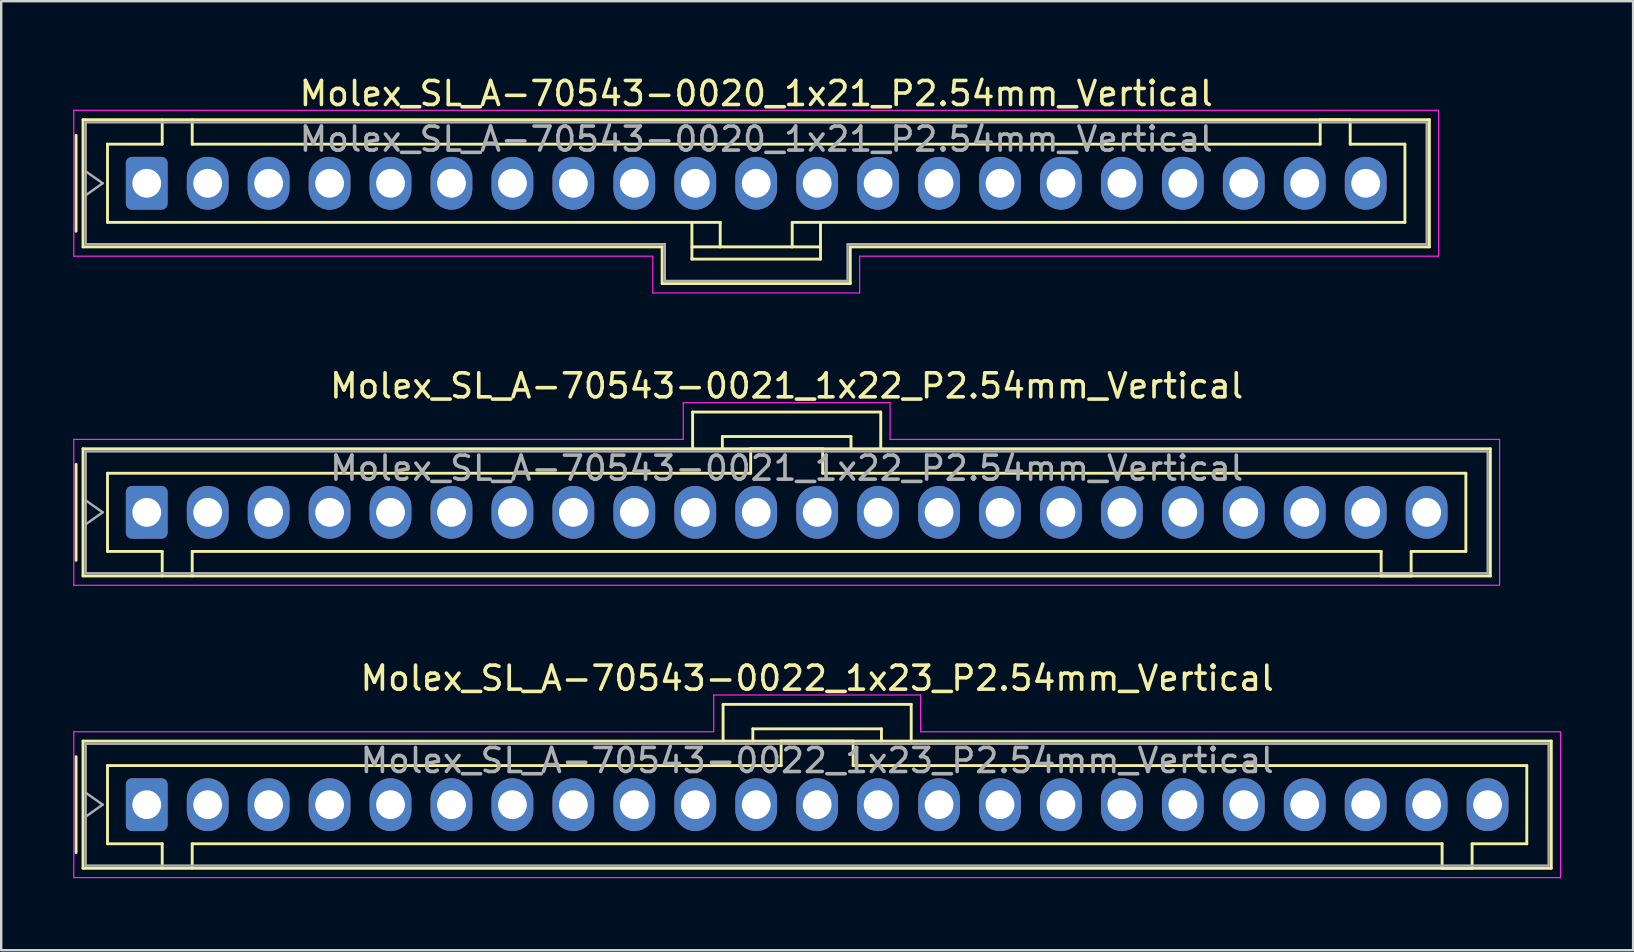
<source format=kicad_pcb>
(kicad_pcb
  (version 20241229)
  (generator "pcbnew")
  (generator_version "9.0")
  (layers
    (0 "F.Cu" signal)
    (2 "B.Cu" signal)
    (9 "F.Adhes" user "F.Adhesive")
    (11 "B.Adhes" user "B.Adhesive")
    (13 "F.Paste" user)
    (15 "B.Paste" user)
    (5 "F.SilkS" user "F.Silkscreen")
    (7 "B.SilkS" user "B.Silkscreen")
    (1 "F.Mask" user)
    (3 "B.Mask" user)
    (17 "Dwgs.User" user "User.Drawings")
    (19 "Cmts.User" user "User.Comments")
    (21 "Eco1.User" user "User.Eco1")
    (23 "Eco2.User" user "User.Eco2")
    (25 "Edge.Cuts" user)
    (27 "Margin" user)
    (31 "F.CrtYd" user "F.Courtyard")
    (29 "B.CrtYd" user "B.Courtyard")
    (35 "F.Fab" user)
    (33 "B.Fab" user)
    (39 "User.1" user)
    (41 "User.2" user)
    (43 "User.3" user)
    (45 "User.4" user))
  (footprint "Molex_SL_A-70543-0021_1x22_P2.54mm_Vertical"
    (layer "F.Cu")
    (at 3.065 18.302)
    (property "Reference" "Molex_SL_A-70543-0021_1x22_P2.54mm_Vertical" (at 26.67 -5.27 0) (layer "F.SilkS") (effects (font (size 1 1) (thickness 0.15))))
    (attr through_hole)
    (fp_line (start -2.945 -2) (end -2.945 2) (stroke (width 0.12) (type solid)) (layer "F.SilkS"))
    (fp_line (start -2.655 -2.65) (end -2.655 2.65) (stroke (width 0.12) (type solid)) (layer "F.SilkS"))
    (fp_line (start -2.655 2.65) (end 55.995 2.65) (stroke (width 0.12) (type solid)) (layer "F.SilkS"))
    (fp_line (start -1.635 -1.63) (end 25.17 -1.63) (stroke (width 0.12) (type solid)) (layer "F.SilkS"))
    (fp_line (start -1.635 1.63) (end -1.635 -1.63) (stroke (width 0.12) (type solid)) (layer "F.SilkS"))
    (fp_line (start 0.645 1.63) (end -1.635 1.63) (stroke (width 0.12) (type solid)) (layer "F.SilkS"))
    (fp_line (start 0.645 2.65) (end 0.645 1.63) (stroke (width 0.12) (type solid)) (layer "F.SilkS"))
    (fp_line (start 1.895 1.63) (end 1.895 2.65) (stroke (width 0.12) (type solid)) (layer "F.SilkS"))
    (fp_line (start 22.75 -4.18) (end 30.59 -4.18) (stroke (width 0.12) (type solid)) (layer "F.SilkS"))
    (fp_line (start 22.75 -2.65) (end 22.75 -4.18) (stroke (width 0.12) (type solid)) (layer "F.SilkS"))
    (fp_line (start 23.99 -3.16) (end 29.35 -3.16) (stroke (width 0.12) (type solid)) (layer "F.SilkS"))
    (fp_line (start 23.99 -2.65) (end 23.99 -3.16) (stroke (width 0.12) (type solid)) (layer "F.SilkS"))
    (fp_line (start 25.17 -2.65) (end 28.17 -2.65) (stroke (width 0.12) (type solid)) (layer "F.SilkS"))
    (fp_line (start 25.17 -1.63) (end 25.17 -2.65) (stroke (width 0.12) (type solid)) (layer "F.SilkS"))
    (fp_line (start 28.17 -2.65) (end 28.17 -1.63) (stroke (width 0.12) (type solid)) (layer "F.SilkS"))
    (fp_line (start 28.17 -1.63) (end 54.975 -1.63) (stroke (width 0.12) (type solid)) (layer "F.SilkS"))
    (fp_line (start 29.35 -3.16) (end 29.35 -2.65) (stroke (width 0.12) (type solid)) (layer "F.SilkS"))
    (fp_line (start 30.59 -4.18) (end 30.59 -2.65) (stroke (width 0.12) (type solid)) (layer "F.SilkS"))
    (fp_line (start 51.445 1.63) (end 1.895 1.63) (stroke (width 0.12) (type solid)) (layer "F.SilkS"))
    (fp_line (start 51.445 2.65) (end 51.445 1.63) (stroke (width 0.12) (type solid)) (layer "F.SilkS"))
    (fp_line (start 52.695 1.63) (end 52.695 2.65) (stroke (width 0.12) (type solid)) (layer "F.SilkS"))
    (fp_line (start 52.695 2.65) (end 51.445 2.65) (stroke (width 0.12) (type solid)) (layer "F.SilkS"))
    (fp_line (start 54.975 -1.63) (end 54.975 1.63) (stroke (width 0.12) (type solid)) (layer "F.SilkS"))
    (fp_line (start 54.975 1.63) (end 52.695 1.63) (stroke (width 0.12) (type solid)) (layer "F.SilkS"))
    (fp_line (start 55.995 -2.65) (end -2.655 -2.65) (stroke (width 0.12) (type solid)) (layer "F.SilkS"))
    (fp_line (start 55.995 2.65) (end 55.995 -2.65) (stroke (width 0.12) (type solid)) (layer "F.SilkS"))
    (fp_line (start -3.04 -3.04) (end 22.36 -3.04) (stroke (width 0.05) (type solid)) (layer "F.CrtYd"))
    (fp_line (start -3.04 3.04) (end -3.04 -3.04) (stroke (width 0.05) (type solid)) (layer "F.CrtYd"))
    (fp_line (start 22.36 -4.57) (end 30.98 -4.57) (stroke (width 0.05) (type solid)) (layer "F.CrtYd"))
    (fp_line (start 22.36 -3.04) (end 22.36 -4.57) (stroke (width 0.05) (type solid)) (layer "F.CrtYd"))
    (fp_line (start 30.98 -4.57) (end 30.98 -3.04) (stroke (width 0.05) (type solid)) (layer "F.CrtYd"))
    (fp_line (start 30.98 -3.04) (end 56.38 -3.04) (stroke (width 0.05) (type solid)) (layer "F.CrtYd"))
    (fp_line (start 56.38 -3.04) (end 56.38 3.04) (stroke (width 0.05) (type solid)) (layer "F.CrtYd"))
    (fp_line (start 56.38 3.04) (end -3.04 3.04) (stroke (width 0.05) (type solid)) (layer "F.CrtYd"))
    (fp_line (start -2.545 -2.54) (end -2.545 2.54) (stroke (width 0.1) (type solid)) (layer "F.Fab"))
    (fp_line (start -2.545 -0.5) (end -1.838 0) (stroke (width 0.1) (type solid)) (layer "F.Fab"))
    (fp_line (start -2.545 2.54) (end 55.885 2.54) (stroke (width 0.1) (type solid)) (layer "F.Fab"))
    (fp_line (start -1.838 0) (end -2.545 0.5) (stroke (width 0.1) (type solid)) (layer "F.Fab"))
    (fp_line (start 55.885 -2.54) (end -2.545 -2.54) (stroke (width 0.1) (type solid)) (layer "F.Fab"))
    (fp_line (start 55.885 2.54) (end 55.885 -2.54) (stroke (width 0.1) (type solid)) (layer "F.Fab"))
    (fp_text user "${REFERENCE}" (at 26.67 -1.84 0) (layer "F.Fab") (effects (font (size 1 1) (thickness 0.15))))
    (pad "1" thru_hole roundrect (at 0 0) (size 1.74 2.2) (drill 1.2) (layers "*.Cu" "*.Mask") (roundrect_rratio 0.144))
    (pad "2" thru_hole oval (at 2.54 0) (size 1.74 2.2) (drill 1.2) (layers "*.Cu" "*.Mask"))
    (pad "3" thru_hole oval (at 5.08 0) (size 1.74 2.2) (drill 1.2) (layers "*.Cu" "*.Mask"))
    (pad "4" thru_hole oval (at 7.62 0) (size 1.74 2.2) (drill 1.2) (layers "*.Cu" "*.Mask"))
    (pad "5" thru_hole oval (at 10.16 0) (size 1.74 2.2) (drill 1.2) (layers "*.Cu" "*.Mask"))
    (pad "6" thru_hole oval (at 12.7 0) (size 1.74 2.2) (drill 1.2) (layers "*.Cu" "*.Mask"))
    (pad "7" thru_hole oval (at 15.24 0) (size 1.74 2.2) (drill 1.2) (layers "*.Cu" "*.Mask"))
    (pad "8" thru_hole oval (at 17.78 0) (size 1.74 2.2) (drill 1.2) (layers "*.Cu" "*.Mask"))
    (pad "9" thru_hole oval (at 20.32 0) (size 1.74 2.2) (drill 1.2) (layers "*.Cu" "*.Mask"))
    (pad "10" thru_hole oval (at 22.86 0) (size 1.74 2.2) (drill 1.2) (layers "*.Cu" "*.Mask"))
    (pad "11" thru_hole oval (at 25.4 0) (size 1.74 2.2) (drill 1.2) (layers "*.Cu" "*.Mask"))
    (pad "12" thru_hole oval (at 27.94 0) (size 1.74 2.2) (drill 1.2) (layers "*.Cu" "*.Mask"))
    (pad "13" thru_hole oval (at 30.48 0) (size 1.74 2.2) (drill 1.2) (layers "*.Cu" "*.Mask"))
    (pad "14" thru_hole oval (at 33.02 0) (size 1.74 2.2) (drill 1.2) (layers "*.Cu" "*.Mask"))
    (pad "15" thru_hole oval (at 35.56 0) (size 1.74 2.2) (drill 1.2) (layers "*.Cu" "*.Mask"))
    (pad "16" thru_hole oval (at 38.1 0) (size 1.74 2.2) (drill 1.2) (layers "*.Cu" "*.Mask"))
    (pad "17" thru_hole oval (at 40.64 0) (size 1.74 2.2) (drill 1.2) (layers "*.Cu" "*.Mask"))
    (pad "18" thru_hole oval (at 43.18 0) (size 1.74 2.2) (drill 1.2) (layers "*.Cu" "*.Mask"))
    (pad "19" thru_hole oval (at 45.72 0) (size 1.74 2.2) (drill 1.2) (layers "*.Cu" "*.Mask"))
    (pad "20" thru_hole oval (at 48.26 0) (size 1.74 2.2) (drill 1.2) (layers "*.Cu" "*.Mask"))
    (pad "21" thru_hole oval (at 50.8 0) (size 1.74 2.2) (drill 1.2) (layers "*.Cu" "*.Mask"))
    (pad "22" thru_hole oval (at 53.34 0) (size 1.74 2.2) (drill 1.2) (layers "*.Cu" "*.Mask")))
  (footprint "Molex_SL_A-70543-0022_1x23_P2.54mm_Vertical"
    (layer "F.Cu")
    (at 3.065 30.485)
    (property "Reference" "Molex_SL_A-70543-0022_1x23_P2.54mm_Vertical" (at 27.94 -5.27 0) (layer "F.SilkS") (effects (font (size 1 1) (thickness 0.15))))
    (attr through_hole)
    (fp_line (start -2.945 -2) (end -2.945 2) (stroke (width 0.12) (type solid)) (layer "F.SilkS"))
    (fp_line (start -2.655 -2.65) (end -2.655 2.65) (stroke (width 0.12) (type solid)) (layer "F.SilkS"))
    (fp_line (start -2.655 2.65) (end 58.535 2.65) (stroke (width 0.12) (type solid)) (layer "F.SilkS"))
    (fp_line (start -1.635 -1.63) (end 26.44 -1.63) (stroke (width 0.12) (type solid)) (layer "F.SilkS"))
    (fp_line (start -1.635 1.63) (end -1.635 -1.63) (stroke (width 0.12) (type solid)) (layer "F.SilkS"))
    (fp_line (start 0.645 1.63) (end -1.635 1.63) (stroke (width 0.12) (type solid)) (layer "F.SilkS"))
    (fp_line (start 0.645 2.65) (end 0.645 1.63) (stroke (width 0.12) (type solid)) (layer "F.SilkS"))
    (fp_line (start 1.895 1.63) (end 1.895 2.65) (stroke (width 0.12) (type solid)) (layer "F.SilkS"))
    (fp_line (start 24.02 -4.18) (end 31.86 -4.18) (stroke (width 0.12) (type solid)) (layer "F.SilkS"))
    (fp_line (start 24.02 -2.65) (end 24.02 -4.18) (stroke (width 0.12) (type solid)) (layer "F.SilkS"))
    (fp_line (start 25.26 -3.16) (end 30.62 -3.16) (stroke (width 0.12) (type solid)) (layer "F.SilkS"))
    (fp_line (start 25.26 -2.65) (end 25.26 -3.16) (stroke (width 0.12) (type solid)) (layer "F.SilkS"))
    (fp_line (start 26.44 -2.65) (end 29.44 -2.65) (stroke (width 0.12) (type solid)) (layer "F.SilkS"))
    (fp_line (start 26.44 -1.63) (end 26.44 -2.65) (stroke (width 0.12) (type solid)) (layer "F.SilkS"))
    (fp_line (start 29.44 -2.65) (end 29.44 -1.63) (stroke (width 0.12) (type solid)) (layer "F.SilkS"))
    (fp_line (start 29.44 -1.63) (end 57.515 -1.63) (stroke (width 0.12) (type solid)) (layer "F.SilkS"))
    (fp_line (start 30.62 -3.16) (end 30.62 -2.65) (stroke (width 0.12) (type solid)) (layer "F.SilkS"))
    (fp_line (start 31.86 -4.18) (end 31.86 -2.65) (stroke (width 0.12) (type solid)) (layer "F.SilkS"))
    (fp_line (start 53.985 1.63) (end 1.895 1.63) (stroke (width 0.12) (type solid)) (layer "F.SilkS"))
    (fp_line (start 53.985 2.65) (end 53.985 1.63) (stroke (width 0.12) (type solid)) (layer "F.SilkS"))
    (fp_line (start 55.235 1.63) (end 55.235 2.65) (stroke (width 0.12) (type solid)) (layer "F.SilkS"))
    (fp_line (start 55.235 2.65) (end 53.985 2.65) (stroke (width 0.12) (type solid)) (layer "F.SilkS"))
    (fp_line (start 57.515 -1.63) (end 57.515 1.63) (stroke (width 0.12) (type solid)) (layer "F.SilkS"))
    (fp_line (start 57.515 1.63) (end 55.235 1.63) (stroke (width 0.12) (type solid)) (layer "F.SilkS"))
    (fp_line (start 58.535 -2.65) (end -2.655 -2.65) (stroke (width 0.12) (type solid)) (layer "F.SilkS"))
    (fp_line (start 58.535 2.65) (end 58.535 -2.65) (stroke (width 0.12) (type solid)) (layer "F.SilkS"))
    (fp_line (start -3.04 -3.04) (end 23.63 -3.04) (stroke (width 0.05) (type solid)) (layer "F.CrtYd"))
    (fp_line (start -3.04 3.04) (end -3.04 -3.04) (stroke (width 0.05) (type solid)) (layer "F.CrtYd"))
    (fp_line (start 23.63 -4.57) (end 32.25 -4.57) (stroke (width 0.05) (type solid)) (layer "F.CrtYd"))
    (fp_line (start 23.63 -3.04) (end 23.63 -4.57) (stroke (width 0.05) (type solid)) (layer "F.CrtYd"))
    (fp_line (start 32.25 -4.57) (end 32.25 -3.04) (stroke (width 0.05) (type solid)) (layer "F.CrtYd"))
    (fp_line (start 32.25 -3.04) (end 58.92 -3.04) (stroke (width 0.05) (type solid)) (layer "F.CrtYd"))
    (fp_line (start 58.92 -3.04) (end 58.92 3.04) (stroke (width 0.05) (type solid)) (layer "F.CrtYd"))
    (fp_line (start 58.92 3.04) (end -3.04 3.04) (stroke (width 0.05) (type solid)) (layer "F.CrtYd"))
    (fp_line (start -2.545 -2.54) (end -2.545 2.54) (stroke (width 0.1) (type solid)) (layer "F.Fab"))
    (fp_line (start -2.545 -0.5) (end -1.838 0) (stroke (width 0.1) (type solid)) (layer "F.Fab"))
    (fp_line (start -2.545 2.54) (end 58.425 2.54) (stroke (width 0.1) (type solid)) (layer "F.Fab"))
    (fp_line (start -1.838 0) (end -2.545 0.5) (stroke (width 0.1) (type solid)) (layer "F.Fab"))
    (fp_line (start 58.425 -2.54) (end -2.545 -2.54) (stroke (width 0.1) (type solid)) (layer "F.Fab"))
    (fp_line (start 58.425 2.54) (end 58.425 -2.54) (stroke (width 0.1) (type solid)) (layer "F.Fab"))
    (fp_text user "${REFERENCE}" (at 27.94 -1.84 0) (layer "F.Fab") (effects (font (size 1 1) (thickness 0.15))))
    (pad "1" thru_hole roundrect (at 0 0) (size 1.74 2.2) (drill 1.2) (layers "*.Cu" "*.Mask") (roundrect_rratio 0.144))
    (pad "2" thru_hole oval (at 2.54 0) (size 1.74 2.2) (drill 1.2) (layers "*.Cu" "*.Mask"))
    (pad "3" thru_hole oval (at 5.08 0) (size 1.74 2.2) (drill 1.2) (layers "*.Cu" "*.Mask"))
    (pad "4" thru_hole oval (at 7.62 0) (size 1.74 2.2) (drill 1.2) (layers "*.Cu" "*.Mask"))
    (pad "5" thru_hole oval (at 10.16 0) (size 1.74 2.2) (drill 1.2) (layers "*.Cu" "*.Mask"))
    (pad "6" thru_hole oval (at 12.7 0) (size 1.74 2.2) (drill 1.2) (layers "*.Cu" "*.Mask"))
    (pad "7" thru_hole oval (at 15.24 0) (size 1.74 2.2) (drill 1.2) (layers "*.Cu" "*.Mask"))
    (pad "8" thru_hole oval (at 17.78 0) (size 1.74 2.2) (drill 1.2) (layers "*.Cu" "*.Mask"))
    (pad "9" thru_hole oval (at 20.32 0) (size 1.74 2.2) (drill 1.2) (layers "*.Cu" "*.Mask"))
    (pad "10" thru_hole oval (at 22.86 0) (size 1.74 2.2) (drill 1.2) (layers "*.Cu" "*.Mask"))
    (pad "11" thru_hole oval (at 25.4 0) (size 1.74 2.2) (drill 1.2) (layers "*.Cu" "*.Mask"))
    (pad "12" thru_hole oval (at 27.94 0) (size 1.74 2.2) (drill 1.2) (layers "*.Cu" "*.Mask"))
    (pad "13" thru_hole oval (at 30.48 0) (size 1.74 2.2) (drill 1.2) (layers "*.Cu" "*.Mask"))
    (pad "14" thru_hole oval (at 33.02 0) (size 1.74 2.2) (drill 1.2) (layers "*.Cu" "*.Mask"))
    (pad "15" thru_hole oval (at 35.56 0) (size 1.74 2.2) (drill 1.2) (layers "*.Cu" "*.Mask"))
    (pad "16" thru_hole oval (at 38.1 0) (size 1.74 2.2) (drill 1.2) (layers "*.Cu" "*.Mask"))
    (pad "17" thru_hole oval (at 40.64 0) (size 1.74 2.2) (drill 1.2) (layers "*.Cu" "*.Mask"))
    (pad "18" thru_hole oval (at 43.18 0) (size 1.74 2.2) (drill 1.2) (layers "*.Cu" "*.Mask"))
    (pad "19" thru_hole oval (at 45.72 0) (size 1.74 2.2) (drill 1.2) (layers "*.Cu" "*.Mask"))
    (pad "20" thru_hole oval (at 48.26 0) (size 1.74 2.2) (drill 1.2) (layers "*.Cu" "*.Mask"))
    (pad "21" thru_hole oval (at 50.8 0) (size 1.74 2.2) (drill 1.2) (layers "*.Cu" "*.Mask"))
    (pad "22" thru_hole oval (at 53.34 0) (size 1.74 2.2) (drill 1.2) (layers "*.Cu" "*.Mask"))
    (pad "23" thru_hole oval (at 55.88 0) (size 1.74 2.2) (drill 1.2) (layers "*.Cu" "*.Mask")))
  (footprint "Molex_SL_A-70543-0020_1x21_P2.54mm_Vertical"
    (layer "F.Cu")
    (at 3.065 4.588)
    (property "Reference" "Molex_SL_A-70543-0020_1x21_P2.54mm_Vertical" (at 25.4 -3.74 0) (layer "F.SilkS") (effects (font (size 1 1) (thickness 0.15))))
    (attr through_hole)
    (fp_line (start -2.945 -2) (end -2.945 2) (stroke (width 0.12) (type solid)) (layer "F.SilkS"))
    (fp_line (start -2.655 -2.65) (end 53.455 -2.65) (stroke (width 0.12) (type solid)) (layer "F.SilkS"))
    (fp_line (start -2.655 2.65) (end -2.655 -2.65) (stroke (width 0.12) (type solid)) (layer "F.SilkS"))
    (fp_line (start -2.655 2.65) (end 21.48 2.65) (stroke (width 0.12) (type solid)) (layer "F.SilkS"))
    (fp_line (start -1.635 -1.63) (end -1.635 1.63) (stroke (width 0.12) (type solid)) (layer "F.SilkS"))
    (fp_line (start -1.635 1.63) (end 23.9 1.63) (stroke (width 0.12) (type solid)) (layer "F.SilkS"))
    (fp_line (start 0.645 -2.65) (end 0.645 -1.63) (stroke (width 0.12) (type solid)) (layer "F.SilkS"))
    (fp_line (start 0.645 -1.63) (end -1.635 -1.63) (stroke (width 0.12) (type solid)) (layer "F.SilkS"))
    (fp_line (start 1.895 -1.63) (end 1.895 -2.65) (stroke (width 0.12) (type solid)) (layer "F.SilkS"))
    (fp_line (start 21.48 2.65) (end 21.48 4.18) (stroke (width 0.12) (type solid)) (layer "F.SilkS"))
    (fp_line (start 21.48 4.18) (end 29.32 4.18) (stroke (width 0.12) (type solid)) (layer "F.SilkS"))
    (fp_line (start 22.72 1.63) (end 22.72 3.16) (stroke (width 0.12) (type solid)) (layer "F.SilkS"))
    (fp_line (start 22.72 2.65) (end 23.9 2.65) (stroke (width 0.12) (type solid)) (layer "F.SilkS"))
    (fp_line (start 22.72 3.16) (end 28.08 3.16) (stroke (width 0.12) (type solid)) (layer "F.SilkS"))
    (fp_line (start 23.9 1.63) (end 23.9 2.65) (stroke (width 0.12) (type solid)) (layer "F.SilkS"))
    (fp_line (start 23.9 2.65) (end 26.9 2.65) (stroke (width 0.12) (type solid)) (layer "F.SilkS"))
    (fp_line (start 26.9 1.63) (end 52.435 1.63) (stroke (width 0.12) (type solid)) (layer "F.SilkS"))
    (fp_line (start 26.9 2.65) (end 26.9 1.63) (stroke (width 0.12) (type solid)) (layer "F.SilkS"))
    (fp_line (start 28.08 2.65) (end 26.9 2.65) (stroke (width 0.12) (type solid)) (layer "F.SilkS"))
    (fp_line (start 28.08 3.16) (end 28.08 1.63) (stroke (width 0.12) (type solid)) (layer "F.SilkS"))
    (fp_line (start 29.32 4.18) (end 29.32 2.65) (stroke (width 0.12) (type solid)) (layer "F.SilkS"))
    (fp_line (start 48.905 -2.65) (end 48.905 -1.63) (stroke (width 0.12) (type solid)) (layer "F.SilkS"))
    (fp_line (start 48.905 -1.63) (end 1.895 -1.63) (stroke (width 0.12) (type solid)) (layer "F.SilkS"))
    (fp_line (start 50.155 -2.65) (end 48.905 -2.65) (stroke (width 0.12) (type solid)) (layer "F.SilkS"))
    (fp_line (start 50.155 -1.63) (end 50.155 -2.65) (stroke (width 0.12) (type solid)) (layer "F.SilkS"))
    (fp_line (start 52.435 -1.63) (end 50.155 -1.63) (stroke (width 0.12) (type solid)) (layer "F.SilkS"))
    (fp_line (start 52.435 1.63) (end 52.435 -1.63) (stroke (width 0.12) (type solid)) (layer "F.SilkS"))
    (fp_line (start 53.455 -2.65) (end 53.455 2.65) (stroke (width 0.12) (type solid)) (layer "F.SilkS"))
    (fp_line (start 53.455 2.65) (end 29.32 2.65) (stroke (width 0.12) (type solid)) (layer "F.SilkS"))
    (fp_line (start -3.04 -3.04) (end -3.04 3.04) (stroke (width 0.05) (type solid)) (layer "F.CrtYd"))
    (fp_line (start -3.04 3.04) (end 21.09 3.04) (stroke (width 0.05) (type solid)) (layer "F.CrtYd"))
    (fp_line (start 21.09 3.04) (end 21.09 4.57) (stroke (width 0.05) (type solid)) (layer "F.CrtYd"))
    (fp_line (start 21.09 4.57) (end 29.71 4.57) (stroke (width 0.05) (type solid)) (layer "F.CrtYd"))
    (fp_line (start 29.71 3.04) (end 53.84 3.04) (stroke (width 0.05) (type solid)) (layer "F.CrtYd"))
    (fp_line (start 29.71 4.57) (end 29.71 3.04) (stroke (width 0.05) (type solid)) (layer "F.CrtYd"))
    (fp_line (start 53.84 -3.04) (end -3.04 -3.04) (stroke (width 0.05) (type solid)) (layer "F.CrtYd"))
    (fp_line (start 53.84 3.04) (end 53.84 -3.04) (stroke (width 0.05) (type solid)) (layer "F.CrtYd"))
    (fp_line (start -2.545 -2.54) (end -2.545 2.54) (stroke (width 0.1) (type solid)) (layer "F.Fab"))
    (fp_line (start -2.545 -0.5) (end -1.838 0) (stroke (width 0.1) (type solid)) (layer "F.Fab"))
    (fp_line (start -2.545 2.54) (end 21.59 2.54) (stroke (width 0.1) (type solid)) (layer "F.Fab"))
    (fp_line (start -1.838 0) (end -2.545 0.5) (stroke (width 0.1) (type solid)) (layer "F.Fab"))
    (fp_line (start 21.59 2.54) (end 21.59 4.07) (stroke (width 0.1) (type solid)) (layer "F.Fab"))
    (fp_line (start 21.59 4.07) (end 29.21 4.07) (stroke (width 0.1) (type solid)) (layer "F.Fab"))
    (fp_line (start 29.21 2.54) (end 53.345 2.54) (stroke (width 0.1) (type solid)) (layer "F.Fab"))
    (fp_line (start 29.21 4.07) (end 29.21 2.54) (stroke (width 0.1) (type solid)) (layer "F.Fab"))
    (fp_line (start 53.345 -2.54) (end -2.545 -2.54) (stroke (width 0.1) (type solid)) (layer "F.Fab"))
    (fp_line (start 53.345 2.54) (end 53.345 -2.54) (stroke (width 0.1) (type solid)) (layer "F.Fab"))
    (fp_text user "${REFERENCE}" (at 25.4 -1.84 0) (layer "F.Fab") (effects (font (size 1 1) (thickness 0.15))))
    (pad "1" thru_hole roundrect (at 0 0) (size 1.74 2.2) (drill 1.2) (layers "*.Cu" "*.Mask") (roundrect_rratio 0.144))
    (pad "2" thru_hole oval (at 2.54 0) (size 1.74 2.2) (drill 1.2) (layers "*.Cu" "*.Mask"))
    (pad "3" thru_hole oval (at 5.08 0) (size 1.74 2.2) (drill 1.2) (layers "*.Cu" "*.Mask"))
    (pad "4" thru_hole oval (at 7.62 0) (size 1.74 2.2) (drill 1.2) (layers "*.Cu" "*.Mask"))
    (pad "5" thru_hole oval (at 10.16 0) (size 1.74 2.2) (drill 1.2) (layers "*.Cu" "*.Mask"))
    (pad "6" thru_hole oval (at 12.7 0) (size 1.74 2.2) (drill 1.2) (layers "*.Cu" "*.Mask"))
    (pad "7" thru_hole oval (at 15.24 0) (size 1.74 2.2) (drill 1.2) (layers "*.Cu" "*.Mask"))
    (pad "8" thru_hole oval (at 17.78 0) (size 1.74 2.2) (drill 1.2) (layers "*.Cu" "*.Mask"))
    (pad "9" thru_hole oval (at 20.32 0) (size 1.74 2.2) (drill 1.2) (layers "*.Cu" "*.Mask"))
    (pad "10" thru_hole oval (at 22.86 0) (size 1.74 2.2) (drill 1.2) (layers "*.Cu" "*.Mask"))
    (pad "11" thru_hole oval (at 25.4 0) (size 1.74 2.2) (drill 1.2) (layers "*.Cu" "*.Mask"))
    (pad "12" thru_hole oval (at 27.94 0) (size 1.74 2.2) (drill 1.2) (layers "*.Cu" "*.Mask"))
    (pad "13" thru_hole oval (at 30.48 0) (size 1.74 2.2) (drill 1.2) (layers "*.Cu" "*.Mask"))
    (pad "14" thru_hole oval (at 33.02 0) (size 1.74 2.2) (drill 1.2) (layers "*.Cu" "*.Mask"))
    (pad "15" thru_hole oval (at 35.56 0) (size 1.74 2.2) (drill 1.2) (layers "*.Cu" "*.Mask"))
    (pad "16" thru_hole oval (at 38.1 0) (size 1.74 2.2) (drill 1.2) (layers "*.Cu" "*.Mask"))
    (pad "17" thru_hole oval (at 40.64 0) (size 1.74 2.2) (drill 1.2) (layers "*.Cu" "*.Mask"))
    (pad "18" thru_hole oval (at 43.18 0) (size 1.74 2.2) (drill 1.2) (layers "*.Cu" "*.Mask"))
    (pad "19" thru_hole oval (at 45.72 0) (size 1.74 2.2) (drill 1.2) (layers "*.Cu" "*.Mask"))
    (pad "20" thru_hole oval (at 48.26 0) (size 1.74 2.2) (drill 1.2) (layers "*.Cu" "*.Mask"))
    (pad "21" thru_hole oval (at 50.8 0) (size 1.74 2.2) (drill 1.2) (layers "*.Cu" "*.Mask")))
  (gr_rect
    (start -3 -3)
    (end 65.01 36.55)
    (stroke (width 0.1) (type default))
    (fill no)
    (layer "Edge.Cuts")))
</source>
